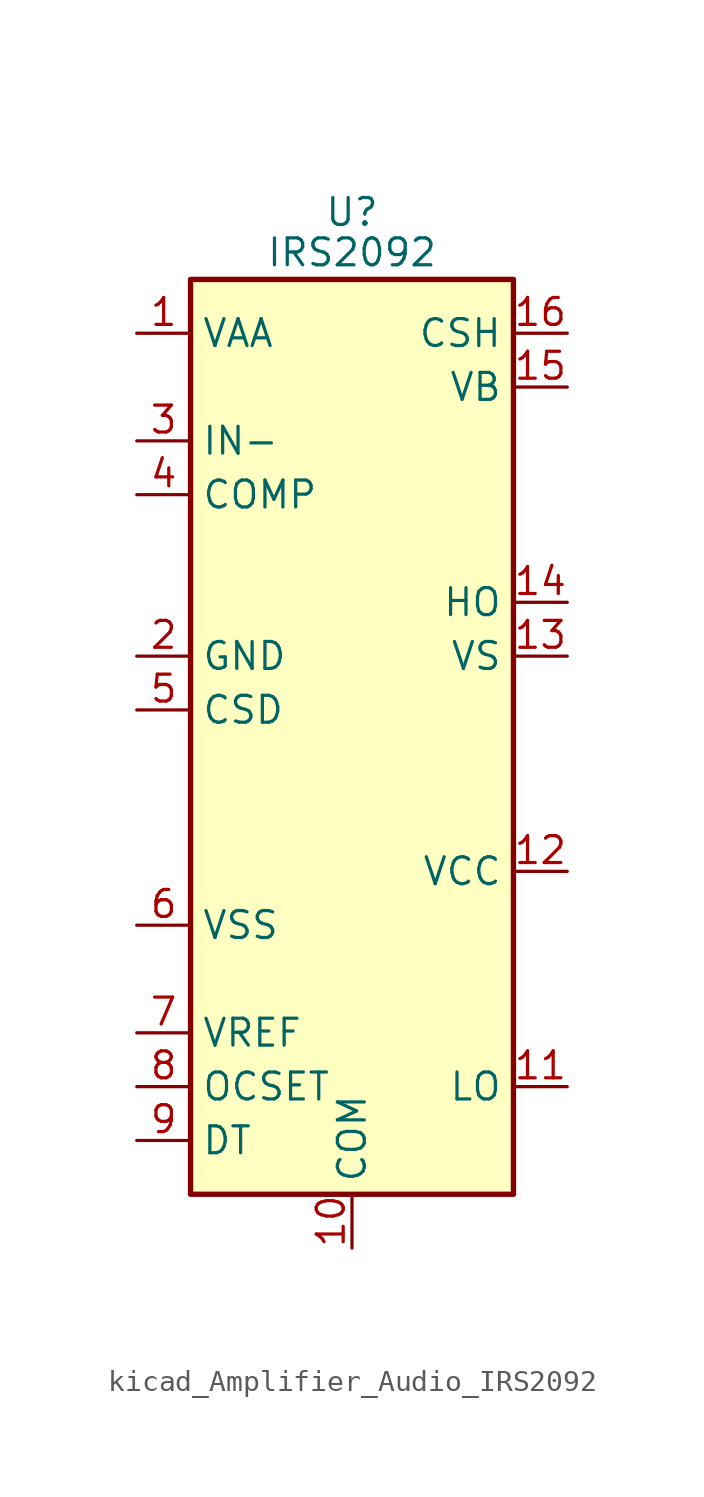
<source format=kicad_sym>
(kicad_symbol_lib
  (version 20220914)
  (generator kicad_symbol_editor)
  (symbol "kicad_Amplifier_Audio_IRS2092"
    (property "Reference" "U"
      (at 0 26.035 0)
      (effects (font (size 1.27 1.27))))
    (property "Value" "IRS2092"
      (at 0 24.13 0)
      (effects (font (size 1.27 1.27))))
    (symbol "kicad_Amplifier_Audio_IRS2092_0_1"
      (rectangle (start -7.62 -20.32) (end 7.62 22.86) (stroke (width 0.254) (type default)) (fill (type background))))
    (symbol "kicad_Amplifier_Audio_IRS2092_1_1"
      (pin power_in line (at -10.16 20.32 0) (length 2.54) (name "VAA" (effects (font (size 1.27 1.27)))) (number "1" (effects (font (size 1.27 1.27)))))
      (pin power_in line (at 0 -22.86 90) (length 2.54) (name "COM" (effects (font (size 1.27 1.27)))) (number "10" (effects (font (size 1.27 1.27)))))
      (pin output line (at 10.16 -15.24 180) (length 2.54) (name "LO" (effects (font (size 1.27 1.27)))) (number "11" (effects (font (size 1.27 1.27)))))
      (pin power_in line (at 10.16 -5.08 180) (length 2.54) (name "VCC" (effects (font (size 1.27 1.27)))) (number "12" (effects (font (size 1.27 1.27)))))
      (pin passive line (at 10.16 5.08 180) (length 2.54) (name "VS" (effects (font (size 1.27 1.27)))) (number "13" (effects (font (size 1.27 1.27)))))
      (pin output line (at 10.16 7.62 180) (length 2.54) (name "HO" (effects (font (size 1.27 1.27)))) (number "14" (effects (font (size 1.27 1.27)))))
      (pin power_in line (at 10.16 17.78 180) (length 2.54) (name "VB" (effects (font (size 1.27 1.27)))) (number "15" (effects (font (size 1.27 1.27)))))
      (pin passive line (at 10.16 20.32 180) (length 2.54) (name "CSH" (effects (font (size 1.27 1.27)))) (number "16" (effects (font (size 1.27 1.27)))))
      (pin power_in line (at -10.16 5.08 0) (length 2.54) (name "GND" (effects (font (size 1.27 1.27)))) (number "2" (effects (font (size 1.27 1.27)))))
      (pin input line (at -10.16 15.24 0) (length 2.54) (name "IN-" (effects (font (size 1.27 1.27)))) (number "3" (effects (font (size 1.27 1.27)))))
      (pin output line (at -10.16 12.7 0) (length 2.54) (name "COMP" (effects (font (size 1.27 1.27)))) (number "4" (effects (font (size 1.27 1.27)))))
      (pin passive line (at -10.16 2.54 0) (length 2.54) (name "CSD" (effects (font (size 1.27 1.27)))) (number "5" (effects (font (size 1.27 1.27)))))
      (pin power_in line (at -10.16 -7.62 0) (length 2.54) (name "VSS" (effects (font (size 1.27 1.27)))) (number "6" (effects (font (size 1.27 1.27)))))
      (pin power_out line (at -10.16 -12.7 0) (length 2.54) (name "VREF" (effects (font (size 1.27 1.27)))) (number "7" (effects (font (size 1.27 1.27)))))
      (pin passive line (at -10.16 -15.24 0) (length 2.54) (name "OCSET" (effects (font (size 1.27 1.27)))) (number "8" (effects (font (size 1.27 1.27)))))
      (pin passive line (at -10.16 -17.78 0) (length 2.54) (name "DT" (effects (font (size 1.27 1.27)))) (number "9" (effects (font (size 1.27 1.27))))))))
</source>
